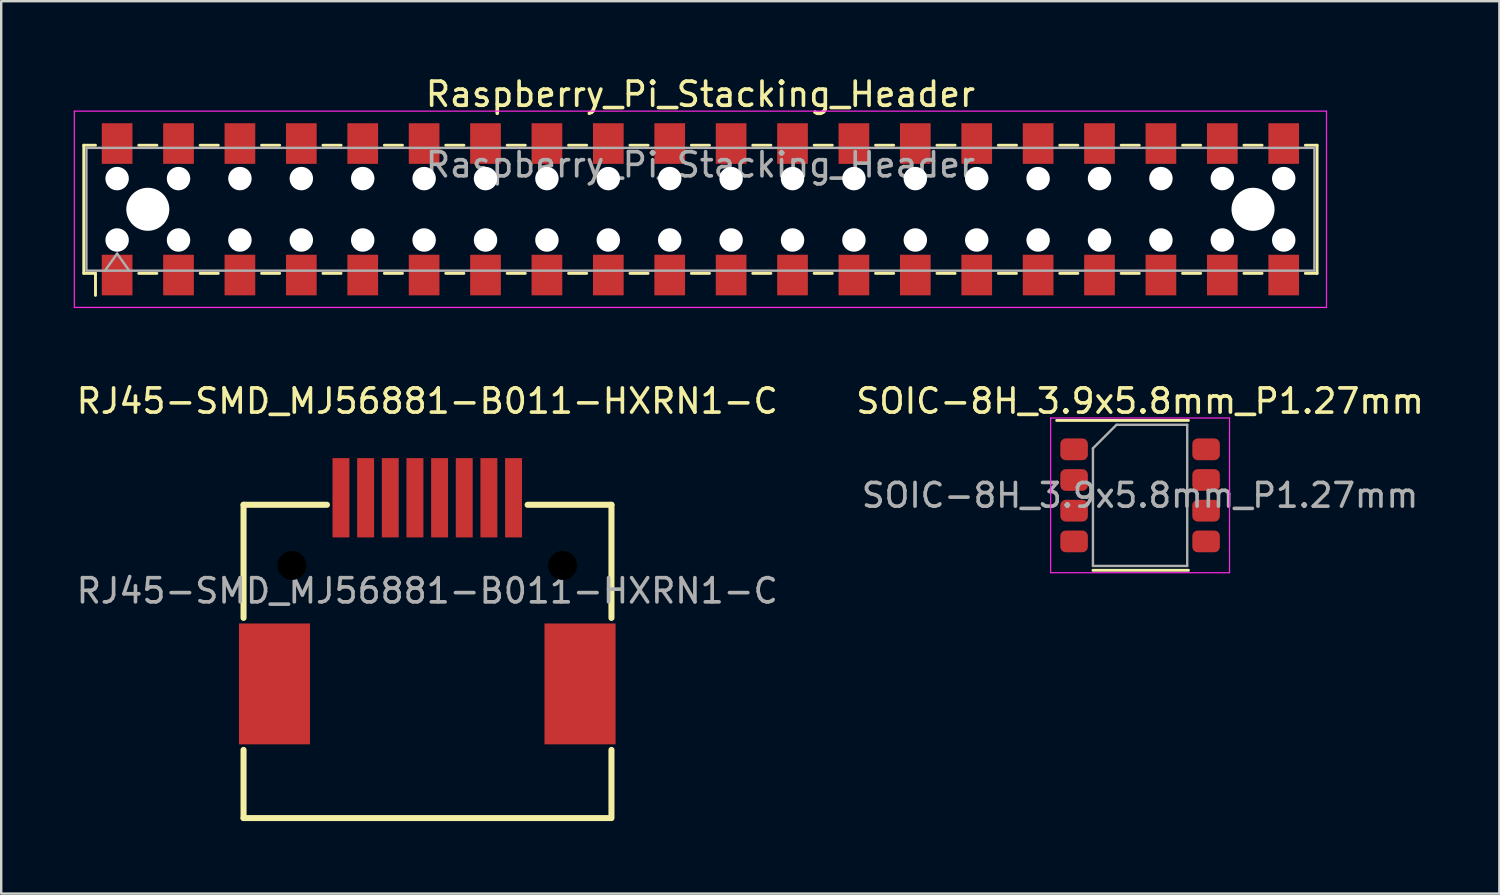
<source format=kicad_pcb>
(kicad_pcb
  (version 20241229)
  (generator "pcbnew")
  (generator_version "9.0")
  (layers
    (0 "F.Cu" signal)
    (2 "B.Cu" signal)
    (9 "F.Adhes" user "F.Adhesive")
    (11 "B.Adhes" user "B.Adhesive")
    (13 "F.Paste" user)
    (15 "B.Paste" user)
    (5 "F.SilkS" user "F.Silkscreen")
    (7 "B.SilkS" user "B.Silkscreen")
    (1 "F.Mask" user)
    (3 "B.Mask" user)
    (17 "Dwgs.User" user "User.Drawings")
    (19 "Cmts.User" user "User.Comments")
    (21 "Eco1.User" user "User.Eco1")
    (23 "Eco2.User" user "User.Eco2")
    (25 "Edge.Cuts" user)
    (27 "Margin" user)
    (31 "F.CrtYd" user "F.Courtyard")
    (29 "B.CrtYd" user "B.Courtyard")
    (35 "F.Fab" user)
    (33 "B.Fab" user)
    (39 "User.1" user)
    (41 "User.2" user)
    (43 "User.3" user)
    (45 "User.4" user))
  (footprint "RJ45-SMD_MJ56881-B011-HXRN1-C"
    (layer "F.Cu")
    (at 14.625 21.392)
    (property "Reference" "RJ45-SMD_MJ56881-B011-HXRN1-C" (at 0 -7.85 0) (layer "F.SilkS") (effects (font (size 1 1) (thickness 0.15))))
    (attr smd)
    (fp_line (start -7.6 -3.56) (end -4.15 -3.56) (stroke (width 0.25) (type solid)) (layer "F.SilkS"))
    (fp_line (start -7.6 1.12) (end -7.6 -3.56) (stroke (width 0.25) (type solid)) (layer "F.SilkS"))
    (fp_line (start -7.6 9.4) (end -7.6 6.58) (stroke (width 0.25) (type solid)) (layer "F.SilkS"))
    (fp_line (start 4.15 -3.56) (end 7.62 -3.56) (stroke (width 0.25) (type solid)) (layer "F.SilkS"))
    (fp_line (start 7.6 9.4) (end -7.6 9.4) (stroke (width 0.25) (type solid)) (layer "F.SilkS"))
    (fp_line (start 7.62 -3.56) (end 7.62 1.12) (stroke (width 0.25) (type solid)) (layer "F.SilkS"))
    (fp_line (start 7.62 6.58) (end 7.62 9.4) (stroke (width 0.25) (type solid)) (layer "F.SilkS"))
    (fp_text user "${REFERENCE}" (at 0 0 0) (layer "F.Fab") (effects (font (size 1 1) (thickness 0.15))))
    (pad "" np_thru_hole circle (at -5.6 -1.05) (size 1.2 1.2) (drill 1.2) (layers "*.Mask"))
    (pad "" np_thru_hole circle (at 5.6 -1.05) (size 1.2 1.2) (drill 1.2) (layers "*.Mask"))
    (pad "1" smd rect (at 3.57 -3.85) (size 0.7 3.28) (layers "F.Cu" "F.Mask" "F.Paste"))
    (pad "2" smd rect (at 2.55 -3.85) (size 0.7 3.28) (layers "F.Cu" "F.Mask" "F.Paste"))
    (pad "3" smd rect (at 1.53 -3.85) (size 0.7 3.28) (layers "F.Cu" "F.Mask" "F.Paste"))
    (pad "4" smd rect (at 0.51 -3.85) (size 0.7 3.28) (layers "F.Cu" "F.Mask" "F.Paste"))
    (pad "5" smd rect (at -0.51 -3.85) (size 0.7 3.28) (layers "F.Cu" "F.Mask" "F.Paste"))
    (pad "6" smd rect (at -1.53 -3.85) (size 0.7 3.28) (layers "F.Cu" "F.Mask" "F.Paste"))
    (pad "7" smd rect (at -2.55 -3.85) (size 0.7 3.28) (layers "F.Cu" "F.Mask" "F.Paste"))
    (pad "8" smd rect (at -3.57 -3.85) (size 0.7 3.28) (layers "F.Cu" "F.Mask" "F.Paste"))
    (pad "MP" smd rect (at -6.32 3.85) (size 2.94 5) (layers "F.Cu" "F.Mask" "F.Paste"))
    (pad "MP" smd rect (at 6.32 3.85) (size 2.94 5) (layers "F.Cu" "F.Mask" "F.Paste")))
  (footprint "SOIC-8H_3.9x5.8mm_P1.27mm"
    (layer "F.Cu")
    (at 44.113 17.442)
    (property "Reference" "SOIC-8H_3.9x5.8mm_P1.27mm" (at 0 -3.9 0) (layer "F.SilkS") (effects (font (size 1 1) (thickness 0.15))))
    (attr smd)
    (fp_line (start 2 -3.1) (end -3.45 -3.1) (stroke (width 0.12) (type solid)) (layer "F.SilkS"))
    (fp_line (start 2 3.1) (end -1.95 3.1) (stroke (width 0.12) (type solid)) (layer "F.SilkS"))
    (fp_line (start -3.7 -3.2) (end -3.7 3.2) (stroke (width 0.05) (type solid)) (layer "F.CrtYd"))
    (fp_line (start -3.7 3.2) (end 3.7 3.2) (stroke (width 0.05) (type solid)) (layer "F.CrtYd"))
    (fp_line (start 3.7 -3.2) (end -3.7 -3.2) (stroke (width 0.05) (type solid)) (layer "F.CrtYd"))
    (fp_line (start 3.7 3.2) (end 3.7 -3.2) (stroke (width 0.05) (type solid)) (layer "F.CrtYd"))
    (fp_line (start -1.95 -1.945) (end -0.975 -2.92) (stroke (width 0.1) (type solid)) (layer "F.Fab"))
    (fp_line (start -1.95 2.92) (end -1.95 -1.945) (stroke (width 0.1) (type solid)) (layer "F.Fab"))
    (fp_line (start -0.975 -2.92) (end 1.95 -2.92) (stroke (width 0.1) (type solid)) (layer "F.Fab"))
    (fp_line (start 1.95 -2.92) (end 1.95 2.92) (stroke (width 0.1) (type solid)) (layer "F.Fab"))
    (fp_line (start 1.95 2.92) (end -1.95 2.92) (stroke (width 0.1) (type solid)) (layer "F.Fab"))
    (fp_text user "${REFERENCE}" (at 0 0 0) (layer "F.Fab") (effects (font (size 0.98 0.98) (thickness 0.15))))
    (pad "1" smd roundrect (at -2.73 -1.905) (size 1.14 0.9) (layers "F.Cu" "F.Mask" "F.Paste") (roundrect_rratio 0.25))
    (pad "2" smd roundrect (at -2.73 -0.635) (size 1.14 0.9) (layers "F.Cu" "F.Mask" "F.Paste") (roundrect_rratio 0.25))
    (pad "3" smd roundrect (at -2.73 0.635) (size 1.14 0.9) (layers "F.Cu" "F.Mask" "F.Paste") (roundrect_rratio 0.25))
    (pad "4" smd roundrect (at -2.73 1.905) (size 1.14 0.9) (layers "F.Cu" "F.Mask" "F.Paste") (roundrect_rratio 0.25))
    (pad "5" smd roundrect (at 2.73 1.905) (size 1.14 0.9) (layers "F.Cu" "F.Mask" "F.Paste") (roundrect_rratio 0.25))
    (pad "6" smd roundrect (at 2.73 0.635) (size 1.14 0.9) (layers "F.Cu" "F.Mask" "F.Paste") (roundrect_rratio 0.25))
    (pad "7" smd roundrect (at 2.73 -0.635) (size 1.14 0.9) (layers "F.Cu" "F.Mask" "F.Paste") (roundrect_rratio 0.25))
    (pad "8" smd roundrect (at 2.73 -1.905) (size 1.14 0.9) (layers "F.Cu" "F.Mask" "F.Paste") (roundrect_rratio 0.25)))
  (footprint "Raspberry_Pi_Stacking_Header"
    (layer "F.Cu")
    (at 25.925 5.608)
    (property "Reference" "Raspberry_Pi_Stacking_Header" (at 0 -4.76 0) (layer "F.SilkS") (effects (font (size 1 1) (thickness 0.15))))
    (attr smd)
    (fp_line (start -25.51 -2.65) (end -25.025 -2.65) (stroke (width 0.12) (type solid)) (layer "F.SilkS"))
    (fp_line (start -25.51 2.65) (end -25.51 -2.65) (stroke (width 0.12) (type solid)) (layer "F.SilkS"))
    (fp_line (start -25.025 2.65) (end -25.51 2.65) (stroke (width 0.12) (type solid)) (layer "F.SilkS"))
    (fp_line (start -25.025 3.56) (end -25.025 2.65) (stroke (width 0.12) (type solid)) (layer "F.SilkS"))
    (fp_line (start -23.235 -2.65) (end -22.485 -2.65) (stroke (width 0.12) (type solid)) (layer "F.SilkS"))
    (fp_line (start -23.235 2.65) (end -22.485 2.65) (stroke (width 0.12) (type solid)) (layer "F.SilkS"))
    (fp_line (start -20.695 -2.65) (end -19.945 -2.65) (stroke (width 0.12) (type solid)) (layer "F.SilkS"))
    (fp_line (start -20.695 2.65) (end -19.945 2.65) (stroke (width 0.12) (type solid)) (layer "F.SilkS"))
    (fp_line (start -18.155 -2.65) (end -17.405 -2.65) (stroke (width 0.12) (type solid)) (layer "F.SilkS"))
    (fp_line (start -18.155 2.65) (end -17.405 2.65) (stroke (width 0.12) (type solid)) (layer "F.SilkS"))
    (fp_line (start -15.615 -2.65) (end -14.865 -2.65) (stroke (width 0.12) (type solid)) (layer "F.SilkS"))
    (fp_line (start -15.615 2.65) (end -14.865 2.65) (stroke (width 0.12) (type solid)) (layer "F.SilkS"))
    (fp_line (start -13.075 -2.65) (end -12.325 -2.65) (stroke (width 0.12) (type solid)) (layer "F.SilkS"))
    (fp_line (start -13.075 2.65) (end -12.325 2.65) (stroke (width 0.12) (type solid)) (layer "F.SilkS"))
    (fp_line (start -10.535 -2.65) (end -9.785 -2.65) (stroke (width 0.12) (type solid)) (layer "F.SilkS"))
    (fp_line (start -10.535 2.65) (end -9.785 2.65) (stroke (width 0.12) (type solid)) (layer "F.SilkS"))
    (fp_line (start -7.995 -2.65) (end -7.245 -2.65) (stroke (width 0.12) (type solid)) (layer "F.SilkS"))
    (fp_line (start -7.995 2.65) (end -7.245 2.65) (stroke (width 0.12) (type solid)) (layer "F.SilkS"))
    (fp_line (start -5.455 -2.65) (end -4.705 -2.65) (stroke (width 0.12) (type solid)) (layer "F.SilkS"))
    (fp_line (start -5.455 2.65) (end -4.705 2.65) (stroke (width 0.12) (type solid)) (layer "F.SilkS"))
    (fp_line (start -2.915 -2.65) (end -2.165 -2.65) (stroke (width 0.12) (type solid)) (layer "F.SilkS"))
    (fp_line (start -2.915 2.65) (end -2.165 2.65) (stroke (width 0.12) (type solid)) (layer "F.SilkS"))
    (fp_line (start -0.375 -2.65) (end 0.375 -2.65) (stroke (width 0.12) (type solid)) (layer "F.SilkS"))
    (fp_line (start -0.375 2.65) (end 0.375 2.65) (stroke (width 0.12) (type solid)) (layer "F.SilkS"))
    (fp_line (start 2.165 -2.65) (end 2.915 -2.65) (stroke (width 0.12) (type solid)) (layer "F.SilkS"))
    (fp_line (start 2.165 2.65) (end 2.915 2.65) (stroke (width 0.12) (type solid)) (layer "F.SilkS"))
    (fp_line (start 4.705 -2.65) (end 5.455 -2.65) (stroke (width 0.12) (type solid)) (layer "F.SilkS"))
    (fp_line (start 4.705 2.65) (end 5.455 2.65) (stroke (width 0.12) (type solid)) (layer "F.SilkS"))
    (fp_line (start 7.245 -2.65) (end 7.995 -2.65) (stroke (width 0.12) (type solid)) (layer "F.SilkS"))
    (fp_line (start 7.245 2.65) (end 7.995 2.65) (stroke (width 0.12) (type solid)) (layer "F.SilkS"))
    (fp_line (start 9.785 -2.65) (end 10.535 -2.65) (stroke (width 0.12) (type solid)) (layer "F.SilkS"))
    (fp_line (start 9.785 2.65) (end 10.535 2.65) (stroke (width 0.12) (type solid)) (layer "F.SilkS"))
    (fp_line (start 12.325 -2.65) (end 13.075 -2.65) (stroke (width 0.12) (type solid)) (layer "F.SilkS"))
    (fp_line (start 12.325 2.65) (end 13.075 2.65) (stroke (width 0.12) (type solid)) (layer "F.SilkS"))
    (fp_line (start 14.865 -2.65) (end 15.615 -2.65) (stroke (width 0.12) (type solid)) (layer "F.SilkS"))
    (fp_line (start 14.865 2.65) (end 15.615 2.65) (stroke (width 0.12) (type solid)) (layer "F.SilkS"))
    (fp_line (start 17.405 -2.65) (end 18.155 -2.65) (stroke (width 0.12) (type solid)) (layer "F.SilkS"))
    (fp_line (start 17.405 2.65) (end 18.155 2.65) (stroke (width 0.12) (type solid)) (layer "F.SilkS"))
    (fp_line (start 19.945 -2.65) (end 20.695 -2.65) (stroke (width 0.12) (type solid)) (layer "F.SilkS"))
    (fp_line (start 19.945 2.65) (end 20.695 2.65) (stroke (width 0.12) (type solid)) (layer "F.SilkS"))
    (fp_line (start 22.485 -2.65) (end 23.235 -2.65) (stroke (width 0.12) (type solid)) (layer "F.SilkS"))
    (fp_line (start 22.485 2.65) (end 23.235 2.65) (stroke (width 0.12) (type solid)) (layer "F.SilkS"))
    (fp_line (start 25.025 2.65) (end 25.51 2.65) (stroke (width 0.12) (type solid)) (layer "F.SilkS"))
    (fp_line (start 25.51 -2.65) (end 25.025 -2.65) (stroke (width 0.12) (type solid)) (layer "F.SilkS"))
    (fp_line (start 25.51 2.65) (end 25.51 -2.65) (stroke (width 0.12) (type solid)) (layer "F.SilkS"))
    (fp_line (start -25.9 -4.06) (end -25.9 4.06) (stroke (width 0.05) (type solid)) (layer "F.CrtYd"))
    (fp_line (start -25.9 4.06) (end 25.9 4.06) (stroke (width 0.05) (type solid)) (layer "F.CrtYd"))
    (fp_line (start 25.9 -4.06) (end -25.9 -4.06) (stroke (width 0.05) (type solid)) (layer "F.CrtYd"))
    (fp_line (start 25.9 4.06) (end 25.9 -4.06) (stroke (width 0.05) (type solid)) (layer "F.CrtYd"))
    (fp_line (start -25.4 -2.54) (end -25.4 2.54) (stroke (width 0.1) (type solid)) (layer "F.Fab"))
    (fp_line (start -25.4 2.54) (end 25.4 2.54) (stroke (width 0.1) (type solid)) (layer "F.Fab"))
    (fp_line (start -24.63 2.54) (end -24.13 1.833) (stroke (width 0.1) (type solid)) (layer "F.Fab"))
    (fp_line (start -24.13 1.833) (end -23.63 2.54) (stroke (width 0.1) (type solid)) (layer "F.Fab"))
    (fp_line (start 25.4 -2.54) (end -25.4 -2.54) (stroke (width 0.1) (type solid)) (layer "F.Fab"))
    (fp_line (start 25.4 2.54) (end 25.4 -2.54) (stroke (width 0.1) (type solid)) (layer "F.Fab"))
    (fp_text user "${REFERENCE}" (at 0 -1.84 180) (layer "F.Fab") (effects (font (size 1 1) (thickness 0.15))))
    (pad "" np_thru_hole circle (at -24.13 -1.27 180) (size 0.97 0.97) (drill 0.97) (layers "*.Cu" "*.Mask"))
    (pad "" np_thru_hole circle (at -24.13 1.27 180) (size 0.97 0.97) (drill 0.97) (layers "*.Cu" "*.Mask"))
    (pad "" np_thru_hole circle (at -22.86 0) (size 1.78 1.78) (drill 1.78) (layers "*.Cu" "*.Mask"))
    (pad "" np_thru_hole circle (at -21.59 -1.27 180) (size 0.97 0.97) (drill 0.97) (layers "*.Cu" "*.Mask"))
    (pad "" np_thru_hole circle (at -21.59 1.27 180) (size 0.97 0.97) (drill 0.97) (layers "*.Cu" "*.Mask"))
    (pad "" np_thru_hole circle (at -19.05 -1.27 180) (size 0.97 0.97) (drill 0.97) (layers "*.Cu" "*.Mask"))
    (pad "" np_thru_hole circle (at -19.05 1.27 180) (size 0.97 0.97) (drill 0.97) (layers "*.Cu" "*.Mask"))
    (pad "" np_thru_hole circle (at -16.51 -1.27 180) (size 0.97 0.97) (drill 0.97) (layers "*.Cu" "*.Mask"))
    (pad "" np_thru_hole circle (at -16.51 1.27 180) (size 0.97 0.97) (drill 0.97) (layers "*.Cu" "*.Mask"))
    (pad "" np_thru_hole circle (at -13.97 -1.27 180) (size 0.97 0.97) (drill 0.97) (layers "*.Cu" "*.Mask"))
    (pad "" np_thru_hole circle (at -13.97 1.27 180) (size 0.97 0.97) (drill 0.97) (layers "*.Cu" "*.Mask"))
    (pad "" np_thru_hole circle (at -11.43 -1.27 180) (size 0.97 0.97) (drill 0.97) (layers "*.Cu" "*.Mask"))
    (pad "" np_thru_hole circle (at -11.43 1.27 180) (size 0.97 0.97) (drill 0.97) (layers "*.Cu" "*.Mask"))
    (pad "" np_thru_hole circle (at -8.89 -1.27 180) (size 0.97 0.97) (drill 0.97) (layers "*.Cu" "*.Mask"))
    (pad "" np_thru_hole circle (at -8.89 1.27 180) (size 0.97 0.97) (drill 0.97) (layers "*.Cu" "*.Mask"))
    (pad "" np_thru_hole circle (at -6.35 -1.27 180) (size 0.97 0.97) (drill 0.97) (layers "*.Cu" "*.Mask"))
    (pad "" np_thru_hole circle (at -6.35 1.27 180) (size 0.97 0.97) (drill 0.97) (layers "*.Cu" "*.Mask"))
    (pad "" np_thru_hole circle (at -3.81 -1.27 180) (size 0.97 0.97) (drill 0.97) (layers "*.Cu" "*.Mask"))
    (pad "" np_thru_hole circle (at -3.81 1.27 180) (size 0.97 0.97) (drill 0.97) (layers "*.Cu" "*.Mask"))
    (pad "" np_thru_hole circle (at -1.27 -1.27 180) (size 0.97 0.97) (drill 0.97) (layers "*.Cu" "*.Mask"))
    (pad "" np_thru_hole circle (at -1.27 1.27 180) (size 0.97 0.97) (drill 0.97) (layers "*.Cu" "*.Mask"))
    (pad "" np_thru_hole circle (at 1.27 -1.27 180) (size 0.97 0.97) (drill 0.97) (layers "*.Cu" "*.Mask"))
    (pad "" np_thru_hole circle (at 1.27 1.27 180) (size 0.97 0.97) (drill 0.97) (layers "*.Cu" "*.Mask"))
    (pad "" np_thru_hole circle (at 3.81 -1.27 180) (size 0.97 0.97) (drill 0.97) (layers "*.Cu" "*.Mask"))
    (pad "" np_thru_hole circle (at 3.81 1.27 180) (size 0.97 0.97) (drill 0.97) (layers "*.Cu" "*.Mask"))
    (pad "" np_thru_hole circle (at 6.35 -1.27 180) (size 0.97 0.97) (drill 0.97) (layers "*.Cu" "*.Mask"))
    (pad "" np_thru_hole circle (at 6.35 1.27 180) (size 0.97 0.97) (drill 0.97) (layers "*.Cu" "*.Mask"))
    (pad "" np_thru_hole circle (at 8.89 -1.27 180) (size 0.97 0.97) (drill 0.97) (layers "*.Cu" "*.Mask"))
    (pad "" np_thru_hole circle (at 8.89 1.27 180) (size 0.97 0.97) (drill 0.97) (layers "*.Cu" "*.Mask"))
    (pad "" np_thru_hole circle (at 11.43 -1.27 180) (size 0.97 0.97) (drill 0.97) (layers "*.Cu" "*.Mask"))
    (pad "" np_thru_hole circle (at 11.43 1.27 180) (size 0.97 0.97) (drill 0.97) (layers "*.Cu" "*.Mask"))
    (pad "" np_thru_hole circle (at 13.97 -1.27 180) (size 0.97 0.97) (drill 0.97) (layers "*.Cu" "*.Mask"))
    (pad "" np_thru_hole circle (at 13.97 1.27 180) (size 0.97 0.97) (drill 0.97) (layers "*.Cu" "*.Mask"))
    (pad "" np_thru_hole circle (at 16.51 -1.27 180) (size 0.97 0.97) (drill 0.97) (layers "*.Cu" "*.Mask"))
    (pad "" np_thru_hole circle (at 16.51 1.27 180) (size 0.97 0.97) (drill 0.97) (layers "*.Cu" "*.Mask"))
    (pad "" np_thru_hole circle (at 19.05 -1.27 180) (size 0.97 0.97) (drill 0.97) (layers "*.Cu" "*.Mask"))
    (pad "" np_thru_hole circle (at 19.05 1.27 180) (size 0.97 0.97) (drill 0.97) (layers "*.Cu" "*.Mask"))
    (pad "" np_thru_hole circle (at 21.59 -1.27 180) (size 0.97 0.97) (drill 0.97) (layers "*.Cu" "*.Mask"))
    (pad "" np_thru_hole circle (at 21.59 1.27 180) (size 0.97 0.97) (drill 0.97) (layers "*.Cu" "*.Mask"))
    (pad "" np_thru_hole circle (at 22.86 0) (size 1.78 1.78) (drill 1.78) (layers "*.Cu" "*.Mask"))
    (pad "" np_thru_hole circle (at 24.13 -1.27 180) (size 0.97 0.97) (drill 0.97) (layers "*.Cu" "*.Mask"))
    (pad "" np_thru_hole circle (at 24.13 1.27 180) (size 0.97 0.97) (drill 0.97) (layers "*.Cu" "*.Mask"))
    (pad "1" smd rect (at -24.13 2.72 180) (size 1.27 1.68) (layers "F.Cu" "F.Mask" "F.Paste"))
    (pad "2" smd rect (at -24.13 -2.72 180) (size 1.27 1.68) (layers "F.Cu" "F.Mask" "F.Paste"))
    (pad "3" smd rect (at -21.59 2.72 180) (size 1.27 1.68) (layers "F.Cu" "F.Mask" "F.Paste"))
    (pad "4" smd rect (at -21.59 -2.72 180) (size 1.27 1.68) (layers "F.Cu" "F.Mask" "F.Paste"))
    (pad "5" smd rect (at -19.05 2.72 180) (size 1.27 1.68) (layers "F.Cu" "F.Mask" "F.Paste"))
    (pad "6" smd rect (at -19.05 -2.72 180) (size 1.27 1.68) (layers "F.Cu" "F.Mask" "F.Paste"))
    (pad "7" smd rect (at -16.51 2.72 180) (size 1.27 1.68) (layers "F.Cu" "F.Mask" "F.Paste"))
    (pad "8" smd rect (at -16.51 -2.72 180) (size 1.27 1.68) (layers "F.Cu" "F.Mask" "F.Paste"))
    (pad "9" smd rect (at -13.97 2.72 180) (size 1.27 1.68) (layers "F.Cu" "F.Mask" "F.Paste"))
    (pad "10" smd rect (at -13.97 -2.72 180) (size 1.27 1.68) (layers "F.Cu" "F.Mask" "F.Paste"))
    (pad "11" smd rect (at -11.43 2.72 180) (size 1.27 1.68) (layers "F.Cu" "F.Mask" "F.Paste"))
    (pad "12" smd rect (at -11.43 -2.72 180) (size 1.27 1.68) (layers "F.Cu" "F.Mask" "F.Paste"))
    (pad "13" smd rect (at -8.89 2.72 180) (size 1.27 1.68) (layers "F.Cu" "F.Mask" "F.Paste"))
    (pad "14" smd rect (at -8.89 -2.72 180) (size 1.27 1.68) (layers "F.Cu" "F.Mask" "F.Paste"))
    (pad "15" smd rect (at -6.35 2.72 180) (size 1.27 1.68) (layers "F.Cu" "F.Mask" "F.Paste"))
    (pad "16" smd rect (at -6.35 -2.72 180) (size 1.27 1.68) (layers "F.Cu" "F.Mask" "F.Paste"))
    (pad "17" smd rect (at -3.81 2.72 180) (size 1.27 1.68) (layers "F.Cu" "F.Mask" "F.Paste"))
    (pad "18" smd rect (at -3.81 -2.72 180) (size 1.27 1.68) (layers "F.Cu" "F.Mask" "F.Paste"))
    (pad "19" smd rect (at -1.27 2.72 180) (size 1.27 1.68) (layers "F.Cu" "F.Mask" "F.Paste"))
    (pad "20" smd rect (at -1.27 -2.72 180) (size 1.27 1.68) (layers "F.Cu" "F.Mask" "F.Paste"))
    (pad "21" smd rect (at 1.27 2.72 180) (size 1.27 1.68) (layers "F.Cu" "F.Mask" "F.Paste"))
    (pad "22" smd rect (at 1.27 -2.72 180) (size 1.27 1.68) (layers "F.Cu" "F.Mask" "F.Paste"))
    (pad "23" smd rect (at 3.81 2.72 180) (size 1.27 1.68) (layers "F.Cu" "F.Mask" "F.Paste"))
    (pad "24" smd rect (at 3.81 -2.72 180) (size 1.27 1.68) (layers "F.Cu" "F.Mask" "F.Paste"))
    (pad "25" smd rect (at 6.35 2.72 180) (size 1.27 1.68) (layers "F.Cu" "F.Mask" "F.Paste"))
    (pad "26" smd rect (at 6.35 -2.72 180) (size 1.27 1.68) (layers "F.Cu" "F.Mask" "F.Paste"))
    (pad "27" smd rect (at 8.89 2.72 180) (size 1.27 1.68) (layers "F.Cu" "F.Mask" "F.Paste"))
    (pad "28" smd rect (at 8.89 -2.72 180) (size 1.27 1.68) (layers "F.Cu" "F.Mask" "F.Paste"))
    (pad "29" smd rect (at 11.43 2.72 180) (size 1.27 1.68) (layers "F.Cu" "F.Mask" "F.Paste"))
    (pad "30" smd rect (at 11.43 -2.72 180) (size 1.27 1.68) (layers "F.Cu" "F.Mask" "F.Paste"))
    (pad "31" smd rect (at 13.97 2.72 180) (size 1.27 1.68) (layers "F.Cu" "F.Mask" "F.Paste"))
    (pad "32" smd rect (at 13.97 -2.72 180) (size 1.27 1.68) (layers "F.Cu" "F.Mask" "F.Paste"))
    (pad "33" smd rect (at 16.51 2.72 180) (size 1.27 1.68) (layers "F.Cu" "F.Mask" "F.Paste"))
    (pad "34" smd rect (at 16.51 -2.72 180) (size 1.27 1.68) (layers "F.Cu" "F.Mask" "F.Paste"))
    (pad "35" smd rect (at 19.05 2.72 180) (size 1.27 1.68) (layers "F.Cu" "F.Mask" "F.Paste"))
    (pad "36" smd rect (at 19.05 -2.72 180) (size 1.27 1.68) (layers "F.Cu" "F.Mask" "F.Paste"))
    (pad "37" smd rect (at 21.59 2.72 180) (size 1.27 1.68) (layers "F.Cu" "F.Mask" "F.Paste"))
    (pad "38" smd rect (at 21.59 -2.72 180) (size 1.27 1.68) (layers "F.Cu" "F.Mask" "F.Paste"))
    (pad "39" smd rect (at 24.13 2.72 180) (size 1.27 1.68) (layers "F.Cu" "F.Mask" "F.Paste"))
    (pad "40" smd rect (at 24.13 -2.72 180) (size 1.27 1.68) (layers "F.Cu" "F.Mask" "F.Paste")))
  (gr_rect
    (start -3 -3)
    (end 58.976 33.916)
    (stroke (width 0.1) (type default))
    (fill no)
    (layer "Edge.Cuts")))
</source>
